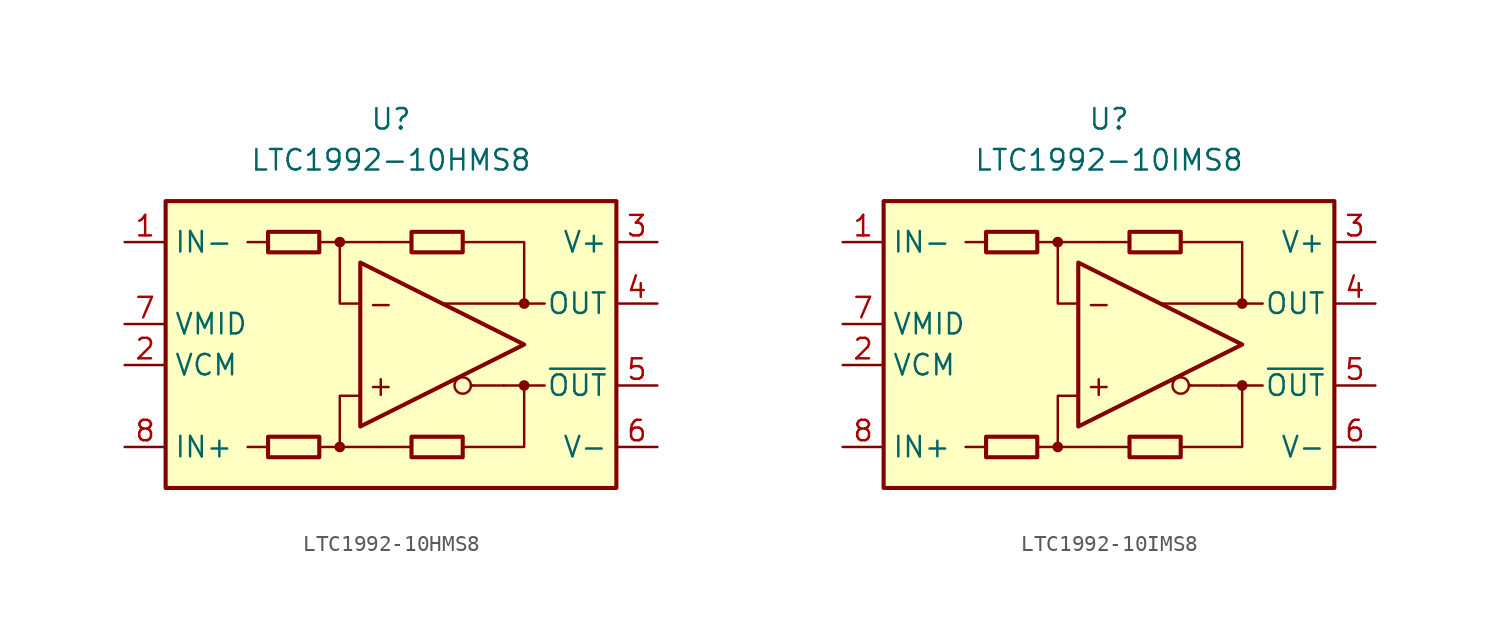
<source format=kicad_sym>
(kicad_symbol_lib
  (version 20211014)
  (generator kicad_symbol_editor)
  (symbol "LTC1992-10HMS8"
    (property "Reference" "U"
      (at 0 13.97 0)
      (effects (font (size 1.27 1.27))))
    (property "Value" "LTC1992-10HMS8"
      (at 0 11.43 0)
      (effects (font (size 1.27 1.27))))
    (symbol "LTC1992-10HMS8_0_0"
      (rectangle (start -13.97 8.89) (end 13.97 -8.89) (stroke (width 0.254) (type default) (color 0 0 0 0)) (fill (type background)))
      (circle (center -3.175 -6.35) (radius 0.254) (stroke (width 0.152) (type default) (color 0 0 0 0)) (fill (type outline)))
      (circle (center -3.175 6.35) (radius 0.254) (stroke (width 0.152) (type default) (color 0 0 0 0)) (fill (type outline)))
      (polyline (pts (xy -7.62 -6.35) (xy -8.89 -6.35)) (stroke (width 0.152) (type default) (color 0 0 0 0)) (fill (type none)))
      (polyline (pts (xy -7.62 6.35) (xy -8.89 6.35)) (stroke (width 0.152) (type default) (color 0 0 0 0)) (fill (type none)))
      (polyline (pts (xy -3.175 6.35) (xy -0.635 6.35)) (stroke (width 0.152) (type default) (color 0 0 0 0)) (fill (type none)))
      (polyline (pts (xy -0.635 -6.35) (xy -3.175 -6.35)) (stroke (width 0.152) (type default) (color 0 0 0 0)) (fill (type none)))
      (polyline (pts (xy 1.27 -6.35) (xy -0.635 -6.35)) (stroke (width 0.152) (type default) (color 0 0 0 0)) (fill (type none)))
      (polyline (pts (xy 1.27 6.35) (xy -0.635 6.35)) (stroke (width 0.152) (type default) (color 0 0 0 0)) (fill (type none)))
      (polyline (pts (xy 5.08 -2.54) (xy 4.953 -2.54)) (stroke (width 0.152) (type default) (color 0 0 0 0)) (fill (type none)))
      (polyline (pts (xy 6.985 -2.54) (xy 5.08 -2.54)) (stroke (width 0.152) (type default) (color 0 0 0 0)) (fill (type none)))
      (polyline (pts (xy 8.255 -2.54) (xy 9.525 -2.54)) (stroke (width 0.152) (type default) (color 0 0 0 0)) (fill (type none)))
      (polyline (pts (xy 8.255 2.54) (xy 9.525 2.54)) (stroke (width 0.152) (type default) (color 0 0 0 0)) (fill (type none)))
      (polyline (pts (xy -4.445 -6.35) (xy -3.175 -6.35) (xy -3.175 -3.175) (xy -1.905 -3.175)) (stroke (width 0.152) (type default) (color 0 0 0 0)) (fill (type none)))
      (polyline (pts (xy -1.905 2.54) (xy -3.175 2.54) (xy -3.175 6.35) (xy -4.445 6.35)) (stroke (width 0.152) (type default) (color 0 0 0 0)) (fill (type none)))
      (polyline (pts (xy 4.445 6.35) (xy 8.255 6.35) (xy 8.255 2.54) (xy 3.175 2.54)) (stroke (width 0.152) (type default) (color 0 0 0 0)) (fill (type none)))
      (polyline (pts (xy 6.985 -2.54) (xy 8.255 -2.54) (xy 8.255 -6.35) (xy 4.445 -6.35)) (stroke (width 0.152) (type default) (color 0 0 0 0)) (fill (type none)))
      (circle (center 4.445 -2.54) (radius 0.508) (stroke (width 0.152) (type default) (color 0 0 0 0)) (fill (type none)))
      (circle (center 8.255 -2.54) (radius 0.254) (stroke (width 0.152) (type default) (color 0 0 0 0)) (fill (type outline)))
      (circle (center 8.255 2.54) (radius 0.254) (stroke (width 0.152) (type default) (color 0 0 0 0)) (fill (type outline)))
      (text "+" (at -0.635 -2.54 0) (effects (font (size 1.27 1.27))))
      (text "-" (at -0.635 2.54 0) (effects (font (size 1.27 1.27)))))
    (symbol "LTC1992-10HMS8_0_1"
      (rectangle (start -7.62 -5.715) (end -4.445 -6.985) (stroke (width 0.254) (type default) (color 0 0 0 0)) (fill (type none)))
      (rectangle (start -7.62 6.985) (end -4.445 5.715) (stroke (width 0.254) (type default) (color 0 0 0 0)) (fill (type none)))
      (polyline (pts (xy -1.905 5.08) (xy -1.905 -5.08) (xy 8.255 0) (xy -1.905 5.08)) (stroke (width 0.254) (type default) (color 0 0 0 0)) (fill (type none)))
      (rectangle (start 1.27 -5.715) (end 4.445 -6.985) (stroke (width 0.254) (type default) (color 0 0 0 0)) (fill (type none)))
      (rectangle (start 1.27 6.985) (end 4.445 5.715) (stroke (width 0.254) (type default) (color 0 0 0 0)) (fill (type none))))
    (symbol "LTC1992-10HMS8_1_1"
      (pin input line (at -16.51 6.35 0) (length 2.54) (name "IN-" (effects (font (size 1.27 1.27)))) (number "1" (effects (font (size 1.27 1.27)))))
      (pin input line (at -16.51 -1.27 0) (length 2.54) (name "VCM" (effects (font (size 1.27 1.27)))) (number "2" (effects (font (size 1.27 1.27)))))
      (pin power_in line (at 16.51 6.35 180) (length 2.54) (name "V+" (effects (font (size 1.27 1.27)))) (number "3" (effects (font (size 1.27 1.27)))))
      (pin output line (at 16.51 2.54 180) (length 2.54) (name "OUT" (effects (font (size 1.27 1.27)))) (number "4" (effects (font (size 1.27 1.27)))))
      (pin output line (at 16.51 -2.54 180) (length 2.54) (name "~{OUT}" (effects (font (size 1.27 1.27)))) (number "5" (effects (font (size 1.27 1.27)))))
      (pin power_in line (at 16.51 -6.35 180) (length 2.54) (name "V-" (effects (font (size 1.27 1.27)))) (number "6" (effects (font (size 1.27 1.27)))))
      (pin output line (at -16.51 1.27 0) (length 2.54) (name "VMID" (effects (font (size 1.27 1.27)))) (number "7" (effects (font (size 1.27 1.27)))))
      (pin input line (at -16.51 -6.35 0) (length 2.54) (name "IN+" (effects (font (size 1.27 1.27)))) (number "8" (effects (font (size 1.27 1.27)))))))
  (symbol "LTC1992-10IMS8"
    (property "Reference" "U"
      (at 0 13.97 0)
      (effects (font (size 1.27 1.27))))
    (property "Value" "LTC1992-10IMS8"
      (at 0 11.43 0)
      (effects (font (size 1.27 1.27))))
    (symbol "LTC1992-10IMS8_0_0"
      (rectangle (start -13.97 8.89) (end 13.97 -8.89) (stroke (width 0.254) (type default) (color 0 0 0 0)) (fill (type background)))
      (circle (center -3.175 -6.35) (radius 0.254) (stroke (width 0.152) (type default) (color 0 0 0 0)) (fill (type outline)))
      (circle (center -3.175 6.35) (radius 0.254) (stroke (width 0.152) (type default) (color 0 0 0 0)) (fill (type outline)))
      (polyline (pts (xy -7.62 -6.35) (xy -8.89 -6.35)) (stroke (width 0.152) (type default) (color 0 0 0 0)) (fill (type none)))
      (polyline (pts (xy -7.62 6.35) (xy -8.89 6.35)) (stroke (width 0.152) (type default) (color 0 0 0 0)) (fill (type none)))
      (polyline (pts (xy -3.175 6.35) (xy -0.635 6.35)) (stroke (width 0.152) (type default) (color 0 0 0 0)) (fill (type none)))
      (polyline (pts (xy -0.635 -6.35) (xy -3.175 -6.35)) (stroke (width 0.152) (type default) (color 0 0 0 0)) (fill (type none)))
      (polyline (pts (xy 1.27 -6.35) (xy -0.635 -6.35)) (stroke (width 0.152) (type default) (color 0 0 0 0)) (fill (type none)))
      (polyline (pts (xy 1.27 6.35) (xy -0.635 6.35)) (stroke (width 0.152) (type default) (color 0 0 0 0)) (fill (type none)))
      (polyline (pts (xy 5.08 -2.54) (xy 4.953 -2.54)) (stroke (width 0.152) (type default) (color 0 0 0 0)) (fill (type none)))
      (polyline (pts (xy 6.985 -2.54) (xy 5.08 -2.54)) (stroke (width 0.152) (type default) (color 0 0 0 0)) (fill (type none)))
      (polyline (pts (xy 8.255 -2.54) (xy 9.525 -2.54)) (stroke (width 0.152) (type default) (color 0 0 0 0)) (fill (type none)))
      (polyline (pts (xy 8.255 2.54) (xy 9.525 2.54)) (stroke (width 0.152) (type default) (color 0 0 0 0)) (fill (type none)))
      (polyline (pts (xy -4.445 -6.35) (xy -3.175 -6.35) (xy -3.175 -3.175) (xy -1.905 -3.175)) (stroke (width 0.152) (type default) (color 0 0 0 0)) (fill (type none)))
      (polyline (pts (xy -1.905 2.54) (xy -3.175 2.54) (xy -3.175 6.35) (xy -4.445 6.35)) (stroke (width 0.152) (type default) (color 0 0 0 0)) (fill (type none)))
      (polyline (pts (xy 4.445 6.35) (xy 8.255 6.35) (xy 8.255 2.54) (xy 3.175 2.54)) (stroke (width 0.152) (type default) (color 0 0 0 0)) (fill (type none)))
      (polyline (pts (xy 6.985 -2.54) (xy 8.255 -2.54) (xy 8.255 -6.35) (xy 4.445 -6.35)) (stroke (width 0.152) (type default) (color 0 0 0 0)) (fill (type none)))
      (circle (center 4.445 -2.54) (radius 0.508) (stroke (width 0.152) (type default) (color 0 0 0 0)) (fill (type none)))
      (circle (center 8.255 -2.54) (radius 0.254) (stroke (width 0.152) (type default) (color 0 0 0 0)) (fill (type outline)))
      (circle (center 8.255 2.54) (radius 0.254) (stroke (width 0.152) (type default) (color 0 0 0 0)) (fill (type outline)))
      (text "+" (at -0.635 -2.54 0) (effects (font (size 1.27 1.27))))
      (text "-" (at -0.635 2.54 0) (effects (font (size 1.27 1.27)))))
    (symbol "LTC1992-10IMS8_0_1"
      (rectangle (start -7.62 -5.715) (end -4.445 -6.985) (stroke (width 0.254) (type default) (color 0 0 0 0)) (fill (type none)))
      (rectangle (start -7.62 6.985) (end -4.445 5.715) (stroke (width 0.254) (type default) (color 0 0 0 0)) (fill (type none)))
      (polyline (pts (xy -1.905 5.08) (xy -1.905 -5.08) (xy 8.255 0) (xy -1.905 5.08)) (stroke (width 0.254) (type default) (color 0 0 0 0)) (fill (type none)))
      (rectangle (start 1.27 -5.715) (end 4.445 -6.985) (stroke (width 0.254) (type default) (color 0 0 0 0)) (fill (type none)))
      (rectangle (start 1.27 6.985) (end 4.445 5.715) (stroke (width 0.254) (type default) (color 0 0 0 0)) (fill (type none))))
    (symbol "LTC1992-10IMS8_1_1"
      (pin input line (at -16.51 6.35 0) (length 2.54) (name "IN-" (effects (font (size 1.27 1.27)))) (number "1" (effects (font (size 1.27 1.27)))))
      (pin input line (at -16.51 -1.27 0) (length 2.54) (name "VCM" (effects (font (size 1.27 1.27)))) (number "2" (effects (font (size 1.27 1.27)))))
      (pin power_in line (at 16.51 6.35 180) (length 2.54) (name "V+" (effects (font (size 1.27 1.27)))) (number "3" (effects (font (size 1.27 1.27)))))
      (pin output line (at 16.51 2.54 180) (length 2.54) (name "OUT" (effects (font (size 1.27 1.27)))) (number "4" (effects (font (size 1.27 1.27)))))
      (pin output line (at 16.51 -2.54 180) (length 2.54) (name "~{OUT}" (effects (font (size 1.27 1.27)))) (number "5" (effects (font (size 1.27 1.27)))))
      (pin power_in line (at 16.51 -6.35 180) (length 2.54) (name "V-" (effects (font (size 1.27 1.27)))) (number "6" (effects (font (size 1.27 1.27)))))
      (pin output line (at -16.51 1.27 0) (length 2.54) (name "VMID" (effects (font (size 1.27 1.27)))) (number "7" (effects (font (size 1.27 1.27)))))
      (pin input line (at -16.51 -6.35 0) (length 2.54) (name "IN+" (effects (font (size 1.27 1.27)))) (number "8" (effects (font (size 1.27 1.27))))))))
</source>
